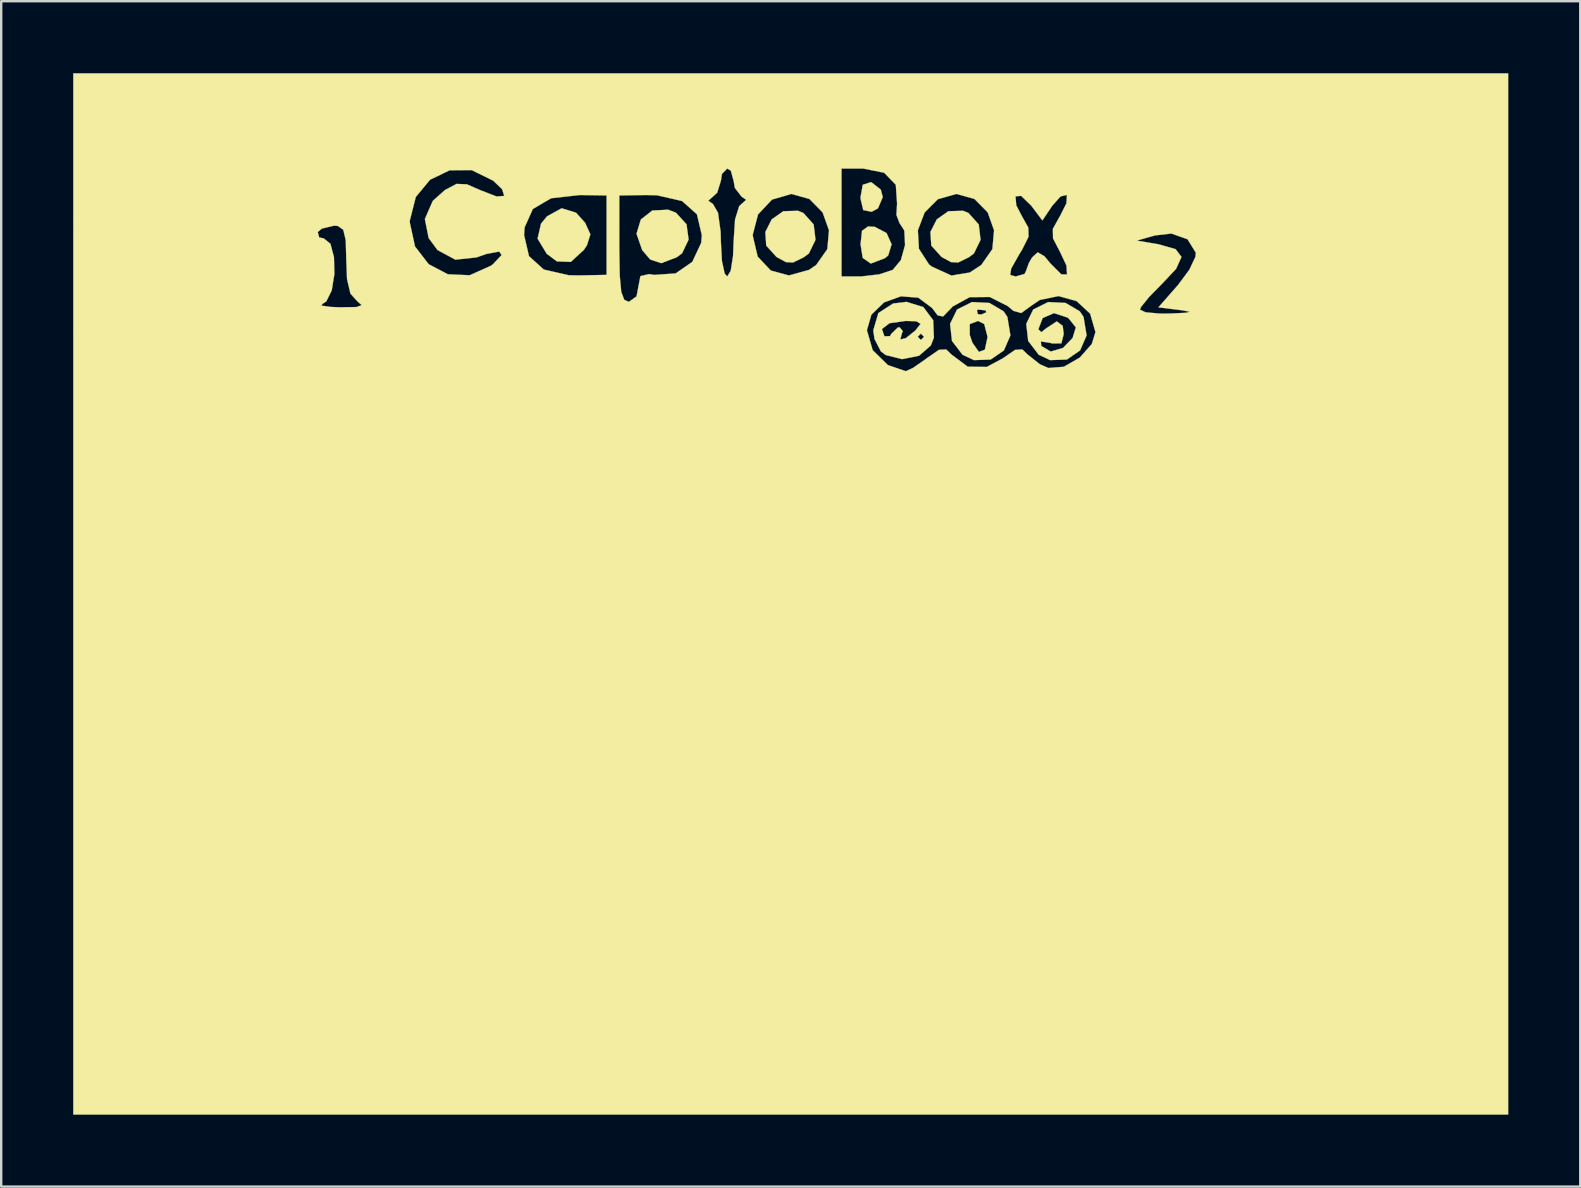
<source format=kicad_pcb>
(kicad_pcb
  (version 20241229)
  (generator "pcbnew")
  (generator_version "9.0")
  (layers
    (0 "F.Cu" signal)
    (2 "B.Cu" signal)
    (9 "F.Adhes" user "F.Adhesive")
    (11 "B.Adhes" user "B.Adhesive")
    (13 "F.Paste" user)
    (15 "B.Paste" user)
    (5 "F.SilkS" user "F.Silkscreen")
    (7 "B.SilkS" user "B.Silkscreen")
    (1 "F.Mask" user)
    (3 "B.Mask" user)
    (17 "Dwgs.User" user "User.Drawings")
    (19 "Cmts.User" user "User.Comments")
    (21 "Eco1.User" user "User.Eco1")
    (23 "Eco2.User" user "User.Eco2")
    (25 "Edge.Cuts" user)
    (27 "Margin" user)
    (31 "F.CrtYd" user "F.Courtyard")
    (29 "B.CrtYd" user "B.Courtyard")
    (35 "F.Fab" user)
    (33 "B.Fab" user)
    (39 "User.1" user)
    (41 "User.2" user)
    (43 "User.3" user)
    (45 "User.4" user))
  (footprint "captosilk4"
    (layer "F.Cu")
    (at 29.903 21.701)
    (property "Reference" "captosilk4" (at 0 0 0) (layer "F.SilkS") (effects (font (size 1.524 1.524) (thickness 0.3))))
    (attr through_hole)
    (fp_poly (pts (xy 3.373 -17.148) (xy 3.754 -16.848) (xy 3.836 -16.536) (xy 3.636 -16.068) (xy 3.373 -15.925) (xy 3.023 -15.996) (xy 2.911 -16.464) (xy 2.91 -16.536) (xy 3.002 -17.05) (xy 3.326 -17.156) (xy 3.373 -17.148)) (stroke (width 0.01) (type solid)) (fill yes) (layer "F.SilkS"))
    (fp_poly (pts (xy 3.503 -15.298) (xy 3.995 -15.037) (xy 4.205 -14.569) (xy 4.063 -14.106) (xy 3.929 -13.993) (xy 3.337 -13.767) (xy 2.999 -14.006) (xy 2.91 -14.57) (xy 2.97 -15.134) (xy 3.223 -15.314) (xy 3.503 -15.298)) (stroke (width 0.01) (type solid)) (fill yes) (layer "F.SilkS"))
    (fp_poly (pts (xy -8.946 -15.887) (xy -8.568 -15.466) (xy -8.349 -14.984) (xy -8.493 -14.53) (xy -8.617 -14.341) (xy -9.165 -13.836) (xy -9.744 -13.858) (xy -10.168 -14.174) (xy -10.55 -14.805) (xy -10.405 -15.433) (xy -10.154 -15.737) (xy -9.545 -16.072) (xy -8.946 -15.887)) (stroke (width 0.01) (type solid)) (fill yes) (layer "F.SilkS"))
    (fp_poly (pts (xy -4.783 -15.886) (xy -4.342 -15.404) (xy -4.255 -14.766) (xy -4.527 -14.196) (xy -4.745 -14.032) (xy -5.396 -13.784) (xy -5.857 -13.937) (xy -6.19 -14.328) (xy -6.426 -15.011) (xy -6.247 -15.603) (xy -5.768 -15.979) (xy -5.103 -16.011) (xy -4.783 -15.886)) (stroke (width 0.01) (type solid)) (fill yes) (layer "F.SilkS"))
    (fp_poly (pts (xy 0.529 -15.875) (xy 0.957 -15.396) (xy 1.033 -14.758) (xy 0.757 -14.189) (xy 0.547 -14.032) (xy 0.096 -13.811) (xy -0.201 -13.828) (xy -0.595 -14.044) (xy -1.021 -14.516) (xy -1.058 -15.084) (xy -0.793 -15.608) (xy -0.31 -15.949) (xy 0.305 -15.967) (xy 0.529 -15.875)) (stroke (width 0.01) (type solid)) (fill yes) (layer "F.SilkS"))
    (fp_poly (pts (xy 7.408 -15.875) (xy 7.836 -15.396) (xy 7.912 -14.758) (xy 7.636 -14.189) (xy 7.426 -14.032) (xy 6.976 -13.811) (xy 6.678 -13.828) (xy 6.284 -14.044) (xy 5.858 -14.516) (xy 5.821 -15.084) (xy 6.087 -15.608) (xy 6.57 -15.949) (xy 7.184 -15.967) (xy 7.408 -15.875)) (stroke (width 0.01) (type solid)) (fill yes) (layer "F.SilkS"))
    (fp_poly (pts (xy 8.277 -12.127) (xy 8.871 -11.778) (xy 9.029 -11.543) (xy 9.156 -10.772) (xy 8.883 -10.146) (xy 8.335 -9.768) (xy 7.637 -9.743) (xy 7.161 -9.966) (xy 6.721 -10.542) (xy 6.642 -11.243) (xy 7.46 -11.243) (xy 7.462 -10.792) (xy 7.569 -10.473) (xy 7.841 -10.086) (xy 8.09 -10.177) (xy 8.202 -10.701) (xy 8.202 -10.716) (xy 8.064 -11.248) (xy 7.805 -11.377) (xy 7.46 -11.243) (xy 6.642 -11.243) (xy 6.641 -11.255) (xy 6.915 -11.818) (xy 7.761 -11.818) (xy 7.797 -11.661) (xy 7.938 -11.642) (xy 8.155 -11.738) (xy 8.114 -11.818) (xy 7.8 -11.85) (xy 7.761 -11.818) (xy 6.915 -11.818) (xy 6.932 -11.853) (xy 7.554 -12.163) (xy 8.277 -12.127)) (stroke (width 0.01) (type solid)) (fill yes) (layer "F.SilkS"))
    (fp_poly (pts (xy 11.452 -12.127) (xy 12.046 -11.778) (xy 12.204 -11.543) (xy 12.331 -10.772) (xy 12.058 -10.146) (xy 11.51 -9.768) (xy 10.812 -9.743) (xy 10.336 -9.966) (xy 9.896 -10.542) (xy 9.841 -11.027) (xy 10.319 -11.027) (xy 10.445 -10.909) (xy 10.636 -11.06) (xy 11.086 -11.358) (xy 11.335 -11.172) (xy 11.377 -10.83) (xy 11.279 -10.439) (xy 10.894 -10.438) (xy 10.815 -10.462) (xy 10.424 -10.521) (xy 10.443 -10.332) (xy 10.836 -10.101) (xy 11.347 -10.251) (xy 11.746 -10.665) (xy 11.882 -11.107) (xy 11.581 -11.483) (xy 11.531 -11.52) (xy 10.97 -11.701) (xy 10.499 -11.496) (xy 10.319 -11.027) (xy 9.841 -11.027) (xy 9.816 -11.255) (xy 10.107 -11.853) (xy 10.729 -12.163) (xy 11.452 -12.127)) (stroke (width 0.01) (type solid)) (fill yes) (layer "F.SilkS"))
    (fp_poly (pts (xy 5.527 -11.954) (xy 5.938 -11.405) (xy 5.967 -10.682) (xy 5.839 -10.352) (xy 5.349 -9.926) (xy 4.64 -9.784) (xy 3.958 -9.955) (xy 3.757 -10.107) (xy 3.492 -10.623) (xy 3.44 -10.98) (xy 3.457 -11.04) (xy 3.801 -11.04) (xy 3.904 -10.736) (xy 4.139 -10.744) (xy 4.184 -10.831) (xy 4.463 -11.102) (xy 4.536 -11.113) (xy 4.673 -10.949) (xy 4.63 -10.848) (xy 4.568 -10.604) (xy 4.8 -10.66) (xy 4.869 -10.716) (xy 5.292 -10.716) (xy 5.424 -10.583) (xy 5.556 -10.716) (xy 5.424 -10.848) (xy 5.292 -10.716) (xy 4.869 -10.716) (xy 5.197 -10.98) (xy 5.412 -11.256) (xy 5.233 -11.362) (xy 4.797 -11.377) (xy 4.12 -11.282) (xy 3.801 -11.04) (xy 3.457 -11.04) (xy 3.652 -11.706) (xy 4.267 -12.103) (xy 4.821 -12.171) (xy 5.527 -11.954)) (stroke (width 0.01) (type solid)) (fill yes) (layer "F.SilkS"))
    (fp_poly (pts (xy 29.898 21.696) (xy -29.898 21.696) (xy -29.898 -10.99) (xy 3.175 -10.99) (xy 3.415 -10.159) (xy 4.048 -9.538) (xy 4.793 -9.281) (xy 5.091 -9.415) (xy 5.601 -9.769) (xy 5.667 -9.82) (xy 6.176 -10.172) (xy 6.479 -10.188) (xy 6.695 -9.979) (xy 7.376 -9.47) (xy 8.17 -9.459) (xy 8.837 -9.816) (xy 9.348 -10.169) (xy 9.652 -10.189) (xy 9.87 -9.979) (xy 10.385 -9.57) (xy 10.74 -9.415) (xy 11.379 -9.465) (xy 12.046 -9.848) (xy 12.548 -10.417) (xy 12.7 -10.912) (xy 12.478 -11.681) (xy 11.915 -12.202) (xy 11.164 -12.412) (xy 10.379 -12.25) (xy 10.009 -11.998) (xy 9.606 -11.705) (xy 9.277 -11.798) (xy 9.041 -11.998) (xy 8.292 -12.374) (xy 7.455 -12.366) (xy 6.752 -11.979) (xy 6.695 -11.918) (xy 6.35 -11.561) (xy 6.123 -11.609) (xy 5.889 -11.918) (xy 5.317 -12.345) (xy 4.596 -12.403) (xy 3.889 -12.148) (xy 3.361 -11.636) (xy 3.175 -10.99) (xy -29.898 -10.99) (xy -29.898 -15.081) (xy -19.711 -15.081) (xy -19.651 -14.855) (xy -19.462 -14.817) (xy -19.182 -14.591) (xy -19.035 -14.035) (xy -19.018 -13.328) (xy -19.127 -12.651) (xy -19.358 -12.185) (xy -19.513 -12.089) (xy -19.561 -12.015) (xy -19.17 -11.96) (xy -18.785 -11.945) (xy -18.098 -11.955) (xy -17.879 -12.034) (xy -18.058 -12.192) (xy -18.349 -12.513) (xy -18.491 -13.123) (xy -18.521 -13.904) (xy -18.545 -14.742) (xy -18.648 -15.177) (xy -18.873 -15.333) (xy -19.034 -15.346) (xy -19.541 -15.224) (xy -19.711 -15.081) (xy -29.898 -15.081) (xy -29.898 -15.478) (xy -15.875 -15.478) (xy -15.658 -14.48) (xy -15.088 -13.741) (xy -14.288 -13.321) (xy -13.379 -13.28) (xy -12.485 -13.681) (xy -12.399 -13.75) (xy -12.048 -14.125) (xy -12.15 -14.268) (xy -12.68 -14.168) (xy -13.097 -14.023) (xy -13.977 -13.93) (xy -14.721 -14.331) (xy -15.09 -14.833) (xy -15.115 -14.958) (xy -11.113 -14.958) (xy -10.907 -14.075) (xy -10.288 -13.517) (xy -9.251 -13.281) (xy -8.82 -13.273) (xy -7.673 -13.296) (xy -7.673 -16.606) (xy -7.144 -16.606) (xy -7.144 -14.389) (xy -7.126 -13.273) (xy -7.063 -12.594) (xy -6.938 -12.257) (xy -6.747 -12.171) (xy -6.426 -12.399) (xy -6.35 -12.796) (xy -6.265 -13.244) (xy -5.905 -13.328) (xy -5.689 -13.294) (xy -4.797 -13.357) (xy -4.102 -13.838) (xy -3.732 -14.627) (xy -3.704 -14.949) (xy -3.909 -15.821) (xy -4.528 -16.373) (xy -4.577 -16.385) (xy -3.436 -16.385) (xy -3.241 -16.25) (xy -3.031 -15.886) (xy -2.921 -15.094) (xy -2.91 -14.662) (xy -2.866 -13.872) (xy -2.753 -13.352) (xy -2.646 -13.229) (xy 2.117 -13.229) (xy 2.928 -13.229) (xy 3.693 -13.318) (xy 4.251 -13.503) (xy 4.591 -13.912) (xy 4.764 -14.538) (xy 4.735 -15.142) (xy 4.727 -15.156) (xy 5.299 -15.156) (xy 5.343 -14.384) (xy 5.763 -13.732) (xy 5.88 -13.641) (xy 6.7 -13.267) (xy 6.846 -13.291) (xy 9.148 -13.291) (xy 9.371 -13.229) (xy 9.74 -13.332) (xy 9.794 -13.428) (xy 9.928 -13.797) (xy 10.06 -14.023) (xy 10.292 -14.236) (xy 10.573 -14.073) (xy 10.832 -13.762) (xy 11.277 -13.318) (xy 11.515 -13.315) (xy 11.491 -13.686) (xy 11.226 -14.248) (xy 10.979 -14.724) (xy 14.42 -14.724) (xy 15.325 -14.572) (xy 16.041 -14.368) (xy 16.285 -14.043) (xy 16.061 -13.547) (xy 15.489 -12.939) (xy 14.943 -12.384) (xy 14.605 -11.966) (xy 14.552 -11.848) (xy 14.789 -11.736) (xy 15.392 -11.682) (xy 15.809 -11.684) (xy 16.473 -11.716) (xy 16.633 -11.758) (xy 16.314 -11.819) (xy 16.194 -11.834) (xy 15.322 -11.942) (xy 16.142 -12.876) (xy 16.616 -13.515) (xy 16.868 -14.055) (xy 16.882 -14.219) (xy 16.536 -14.781) (xy 15.864 -15.018) (xy 15.188 -14.941) (xy 14.42 -14.724) (xy 10.979 -14.724) (xy 10.931 -14.816) (xy 10.924 -15.214) (xy 11.205 -15.719) (xy 11.222 -15.744) (xy 11.49 -16.279) (xy 11.51 -16.616) (xy 11.502 -16.626) (xy 11.245 -16.564) (xy 10.904 -16.183) (xy 10.488 -15.564) (xy 10.025 -16.179) (xy 9.601 -16.59) (xy 9.368 -16.568) (xy 9.399 -16.195) (xy 9.636 -15.739) (xy 9.901 -15.267) (xy 9.911 -14.884) (xy 9.648 -14.357) (xy 9.517 -14.143) (xy 9.187 -13.559) (xy 9.148 -13.291) (xy 6.846 -13.291) (xy 7.465 -13.395) (xy 7.941 -13.708) (xy 8.404 -14.369) (xy 8.474 -15.153) (xy 8.208 -15.901) (xy 7.658 -16.459) (xy 6.909 -16.669) (xy 6.134 -16.45) (xy 5.58 -15.895) (xy 5.299 -15.156) (xy 4.727 -15.156) (xy 4.533 -15.456) (xy 4.405 -15.792) (xy 4.432 -16.267) (xy 4.379 -17.051) (xy 3.895 -17.551) (xy 3.017 -17.727) (xy 3.01 -17.727) (xy 2.117 -17.727) (xy 2.117 -13.229) (xy -2.646 -13.229) (xy -2.5 -13.468) (xy -2.404 -14.084) (xy -2.381 -14.662) (xy -2.363 -14.949) (xy -1.587 -14.949) (xy -1.377 -14.056) (xy -0.83 -13.477) (xy -0.075 -13.272) (xy 0.76 -13.502) (xy 1.062 -13.708) (xy 1.525 -14.369) (xy 1.595 -15.153) (xy 1.328 -15.901) (xy 0.779 -16.459) (xy 0.03 -16.669) (xy -0.781 -16.432) (xy -1.363 -15.813) (xy -1.587 -14.952) (xy -1.587 -14.949) (xy -2.363 -14.949) (xy -2.32 -15.603) (xy -2.149 -16.157) (xy -2.051 -16.25) (xy -1.856 -16.424) (xy -2.051 -16.559) (xy -2.329 -16.922) (xy -2.381 -17.22) (xy -2.496 -17.638) (xy -2.646 -17.727) (xy -2.864 -17.506) (xy -2.91 -17.22) (xy -3.063 -16.722) (xy -3.241 -16.559) (xy -3.436 -16.385) (xy -4.577 -16.385) (xy -5.568 -16.612) (xy -6.019 -16.623) (xy -7.144 -16.606) (xy -7.673 -16.606) (xy -8.797 -16.623) (xy -9.984 -16.489) (xy -10.747 -16.041) (xy -11.09 -15.277) (xy -11.113 -14.958) (xy -15.115 -14.958) (xy -15.247 -15.624) (xy -14.918 -16.378) (xy -14.409 -16.832) (xy -13.928 -17.087) (xy -13.495 -17.07) (xy -12.931 -16.824) (xy -12.255 -16.562) (xy -11.938 -16.588) (xy -12.03 -16.867) (xy -12.399 -17.221) (xy -13.295 -17.662) (xy -14.214 -17.654) (xy -15.031 -17.261) (xy -15.625 -16.542) (xy -15.874 -15.56) (xy -15.875 -15.478) (xy -29.898 -15.478) (xy -29.898 -21.696) (xy 29.898 -21.696) (xy 29.898 21.696)) (stroke (width 0.01) (type solid)) (fill yes) (layer "F.SilkS")))
  (gr_rect
    (start -3 -3)
    (end 62.806 46.402)
    (stroke (width 0.1) (type default))
    (fill no)
    (layer "Edge.Cuts")))
</source>
